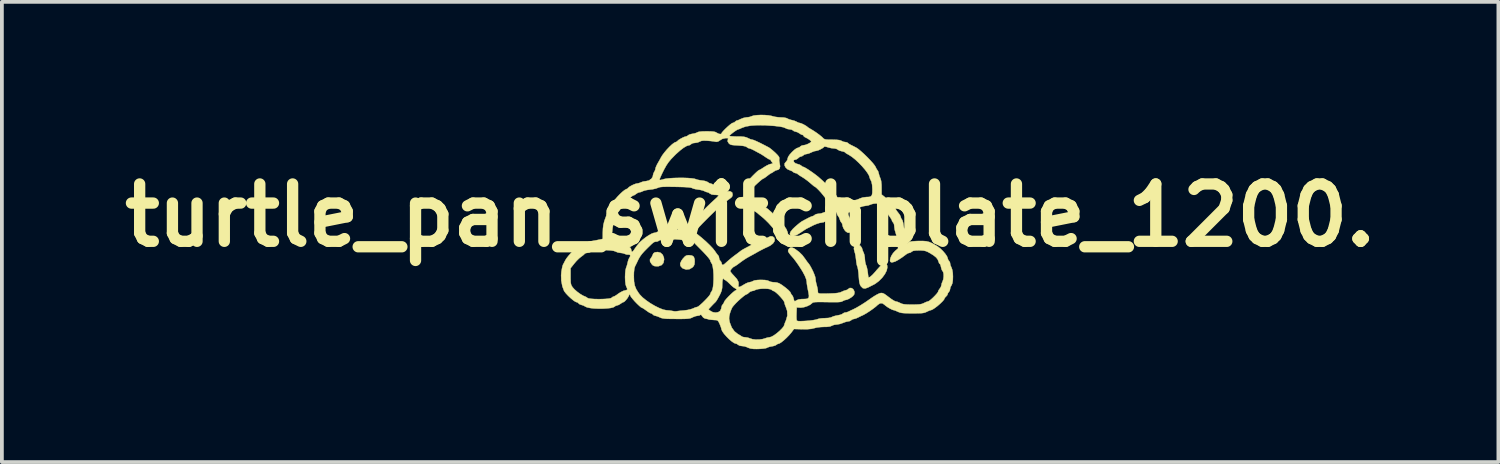
<source format=kicad_pcb>
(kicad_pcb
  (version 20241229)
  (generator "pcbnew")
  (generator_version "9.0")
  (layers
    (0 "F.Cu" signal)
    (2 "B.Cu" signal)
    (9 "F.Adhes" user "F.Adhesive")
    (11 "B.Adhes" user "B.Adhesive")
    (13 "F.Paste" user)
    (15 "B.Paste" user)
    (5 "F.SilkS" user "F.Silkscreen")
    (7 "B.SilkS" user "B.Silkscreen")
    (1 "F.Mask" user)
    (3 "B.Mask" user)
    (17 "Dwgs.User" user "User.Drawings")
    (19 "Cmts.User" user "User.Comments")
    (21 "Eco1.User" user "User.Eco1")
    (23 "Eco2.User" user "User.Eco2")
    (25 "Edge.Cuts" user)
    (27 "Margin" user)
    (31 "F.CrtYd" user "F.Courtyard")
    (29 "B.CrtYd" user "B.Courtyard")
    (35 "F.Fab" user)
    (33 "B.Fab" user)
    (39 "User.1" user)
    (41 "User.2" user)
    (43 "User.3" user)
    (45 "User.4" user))
  (footprint "turtle_pan_switchplate_1200."
    (layer "F.Cu")
    (at 16.88 2.672)
    (property "Reference" "turtle_pan_switchplate_1200." (at 0 0 0) (layer "F.SilkS") (effects (font (size 1.524 1.524) (thickness 0.3))))
    (attr through_hole)
    (fp_poly (pts (xy -1.544 1.068) (xy -1.498 1.1) (xy -1.476 1.162) (xy -1.473 1.228) (xy -1.479 1.3) (xy -1.502 1.349) (xy -1.534 1.384) (xy -1.611 1.429) (xy -1.699 1.439) (xy -1.783 1.412) (xy -1.807 1.395) (xy -1.852 1.342) (xy -1.859 1.28) (xy -1.827 1.206) (xy -1.787 1.15) (xy -1.739 1.097) (xy -1.7 1.069) (xy -1.655 1.059) (xy -1.62 1.058) (xy -1.544 1.068)) (stroke (width 0.01) (type solid)) (fill yes) (layer "F.SilkS"))
    (fp_poly (pts (xy -2.381 0.993) (xy -2.324 1.045) (xy -2.292 1.122) (xy -2.286 1.176) (xy -2.303 1.262) (xy -2.351 1.32) (xy -2.43 1.35) (xy -2.477 1.353) (xy -2.543 1.347) (xy -2.587 1.326) (xy -2.619 1.292) (xy -2.659 1.227) (xy -2.662 1.175) (xy -2.638 1.138) (xy -2.609 1.095) (xy -2.593 1.057) (xy -2.569 1.007) (xy -2.529 0.982) (xy -2.462 0.974) (xy -2.454 0.974) (xy -2.381 0.993)) (stroke (width 0.01) (type solid)) (fill yes) (layer "F.SilkS"))
    (fp_poly (pts (xy 2.143 -0.104) (xy 2.2 -0.094) (xy 2.23 -0.074) (xy 2.231 -0.072) (xy 2.247 0.011) (xy 2.228 0.075) (xy 2.175 0.115) (xy 2.102 0.128) (xy 2.042 0.139) (xy 2.001 0.159) (xy 1.949 0.183) (xy 1.902 0.191) (xy 1.847 0.2) (xy 1.77 0.225) (xy 1.685 0.26) (xy 1.609 0.299) (xy 1.564 0.322) (xy 1.528 0.339) (xy 1.487 0.361) (xy 1.424 0.401) (xy 1.353 0.449) (xy 1.345 0.455) (xy 1.25 0.514) (xy 1.167 0.547) (xy 1.104 0.552) (xy 1.072 0.536) (xy 1.055 0.493) (xy 1.074 0.436) (xy 1.132 0.364) (xy 1.191 0.307) (xy 1.258 0.249) (xy 1.319 0.199) (xy 1.362 0.168) (xy 1.369 0.163) (xy 1.47 0.108) (xy 1.557 0.063) (xy 1.622 0.033) (xy 1.659 0.021) (xy 1.661 0.021) (xy 1.696 0.006) (xy 1.714 -0.011) (xy 1.752 -0.032) (xy 1.81 -0.043) (xy 1.818 -0.043) (xy 1.886 -0.052) (xy 1.946 -0.073) (xy 1.947 -0.074) (xy 2.003 -0.094) (xy 2.073 -0.104) (xy 2.143 -0.104)) (stroke (width 0.01) (type solid)) (fill yes) (layer "F.SilkS"))
    (fp_poly (pts (xy 2.873 0.774) (xy 2.927 0.806) (xy 2.967 0.859) (xy 2.975 0.884) (xy 2.995 0.948) (xy 3.018 0.998) (xy 3.036 1.054) (xy 3.047 1.128) (xy 3.048 1.157) (xy 3.055 1.232) (xy 3.071 1.3) (xy 3.079 1.319) (xy 3.098 1.372) (xy 3.115 1.449) (xy 3.125 1.515) (xy 3.133 1.585) (xy 3.141 1.634) (xy 3.148 1.651) (xy 3.188 1.634) (xy 3.247 1.583) (xy 3.326 1.497) (xy 3.365 1.45) (xy 3.452 1.354) (xy 3.524 1.294) (xy 3.58 1.27) (xy 3.62 1.283) (xy 3.641 1.333) (xy 3.645 1.384) (xy 3.627 1.467) (xy 3.579 1.561) (xy 3.508 1.657) (xy 3.42 1.745) (xy 3.324 1.817) (xy 3.277 1.843) (xy 3.208 1.877) (xy 3.146 1.909) (xy 3.129 1.917) (xy 3.054 1.944) (xy 2.994 1.934) (xy 2.943 1.885) (xy 2.943 1.885) (xy 2.92 1.843) (xy 2.904 1.788) (xy 2.893 1.708) (xy 2.886 1.615) (xy 2.878 1.521) (xy 2.867 1.44) (xy 2.856 1.382) (xy 2.85 1.365) (xy 2.836 1.323) (xy 2.823 1.254) (xy 2.814 1.175) (xy 2.803 1.089) (xy 2.788 1.011) (xy 2.773 0.962) (xy 2.756 0.889) (xy 2.766 0.825) (xy 2.798 0.781) (xy 2.816 0.772) (xy 2.873 0.774)) (stroke (width 0.01) (type solid)) (fill yes) (layer "F.SilkS"))
    (fp_poly (pts (xy -0.135 -0.486) (xy -0.068 -0.477) (xy -0.025 -0.459) (xy -0.021 -0.455) (xy 0.012 -0.428) (xy 0.029 -0.423) (xy 0.07 -0.411) (xy 0.136 -0.38) (xy 0.22 -0.336) (xy 0.31 -0.282) (xy 0.37 -0.243) (xy 0.473 -0.167) (xy 0.584 -0.069) (xy 0.697 0.04) (xy 0.802 0.154) (xy 0.891 0.262) (xy 0.956 0.356) (xy 0.967 0.376) (xy 0.996 0.45) (xy 1.012 0.535) (xy 1.017 0.617) (xy 1.007 0.684) (xy 0.991 0.715) (xy 0.94 0.74) (xy 0.881 0.728) (xy 0.822 0.681) (xy 0.817 0.676) (xy 0.781 0.622) (xy 0.762 0.573) (xy 0.761 0.565) (xy 0.747 0.517) (xy 0.715 0.465) (xy 0.714 0.464) (xy 0.677 0.421) (xy 0.624 0.358) (xy 0.565 0.288) (xy 0.554 0.276) (xy 0.481 0.195) (xy 0.397 0.113) (xy 0.322 0.046) (xy 0.261 -0.003) (xy 0.215 -0.042) (xy 0.191 -0.063) (xy 0.191 -0.064) (xy 0.168 -0.08) (xy 0.12 -0.11) (xy 0.074 -0.137) (xy 0.015 -0.172) (xy -0.028 -0.201) (xy -0.043 -0.213) (xy -0.069 -0.23) (xy -0.113 -0.245) (xy -0.188 -0.27) (xy -0.26 -0.306) (xy -0.319 -0.346) (xy -0.353 -0.382) (xy -0.357 -0.392) (xy -0.347 -0.435) (xy -0.326 -0.459) (xy -0.279 -0.477) (xy -0.21 -0.486) (xy -0.135 -0.486)) (stroke (width 0.01) (type solid)) (fill yes) (layer "F.SilkS"))
    (fp_poly (pts (xy 0.387 -2.665) (xy 0.487 -2.657) (xy 0.569 -2.642) (xy 0.593 -2.635) (xy 0.666 -2.617) (xy 0.756 -2.606) (xy 0.813 -2.603) (xy 0.895 -2.599) (xy 0.96 -2.586) (xy 0.985 -2.575) (xy 1.033 -2.552) (xy 1.098 -2.533) (xy 1.11 -2.531) (xy 1.176 -2.513) (xy 1.23 -2.49) (xy 1.237 -2.485) (xy 1.285 -2.462) (xy 1.316 -2.455) (xy 1.354 -2.445) (xy 1.41 -2.42) (xy 1.469 -2.388) (xy 1.513 -2.359) (xy 1.524 -2.348) (xy 1.549 -2.329) (xy 1.589 -2.305) (xy 1.668 -2.258) (xy 1.755 -2.201) (xy 1.837 -2.141) (xy 1.901 -2.089) (xy 1.925 -2.066) (xy 1.951 -2.04) (xy 1.979 -2.024) (xy 2.02 -2.015) (xy 2.082 -2.012) (xy 2.177 -2.011) (xy 2.18 -2.011) (xy 2.292 -2.008) (xy 2.368 -2) (xy 2.415 -1.986) (xy 2.425 -1.98) (xy 2.478 -1.955) (xy 2.523 -1.948) (xy 2.57 -1.94) (xy 2.593 -1.926) (xy 2.62 -1.903) (xy 2.668 -1.875) (xy 2.674 -1.872) (xy 2.739 -1.84) (xy 2.811 -1.803) (xy 2.819 -1.799) (xy 2.874 -1.762) (xy 2.946 -1.702) (xy 3.029 -1.627) (xy 3.114 -1.544) (xy 3.195 -1.46) (xy 3.264 -1.383) (xy 3.313 -1.32) (xy 3.333 -1.286) (xy 3.358 -1.234) (xy 3.38 -1.201) (xy 3.384 -1.198) (xy 3.4 -1.171) (xy 3.415 -1.12) (xy 3.417 -1.112) (xy 3.436 -1.042) (xy 3.461 -0.98) (xy 3.48 -0.915) (xy 3.491 -0.814) (xy 3.492 -0.738) (xy 3.493 -0.555) (xy 3.593 -0.475) (xy 3.657 -0.421) (xy 3.714 -0.368) (xy 3.741 -0.34) (xy 3.783 -0.292) (xy 3.817 -0.254) (xy 3.849 -0.206) (xy 3.86 -0.18) (xy 3.883 -0.138) (xy 3.922 -0.084) (xy 3.937 -0.066) (xy 3.976 -0.014) (xy 3.998 0.031) (xy 4 0.043) (xy 4.016 0.088) (xy 4.029 0.103) (xy 4.048 0.137) (xy 4.065 0.197) (xy 4.072 0.241) (xy 4.086 0.325) (xy 4.108 0.406) (xy 4.119 0.436) (xy 4.142 0.524) (xy 4.141 0.627) (xy 4.14 0.629) (xy 4.134 0.694) (xy 4.137 0.728) (xy 4.153 0.74) (xy 4.168 0.741) (xy 4.206 0.729) (xy 4.217 0.714) (xy 4.239 0.701) (xy 4.295 0.691) (xy 4.389 0.684) (xy 4.461 0.681) (xy 4.582 0.68) (xy 4.677 0.687) (xy 4.759 0.707) (xy 4.842 0.743) (xy 4.938 0.799) (xy 4.987 0.829) (xy 5.054 0.882) (xy 5.122 0.948) (xy 5.183 1.019) (xy 5.228 1.085) (xy 5.249 1.137) (xy 5.249 1.145) (xy 5.265 1.188) (xy 5.281 1.206) (xy 5.308 1.248) (xy 5.313 1.278) (xy 5.323 1.328) (xy 5.348 1.385) (xy 5.349 1.386) (xy 5.37 1.447) (xy 5.384 1.531) (xy 5.388 1.626) (xy 5.385 1.72) (xy 5.374 1.799) (xy 5.354 1.851) (xy 5.35 1.857) (xy 5.321 1.91) (xy 5.313 1.952) (xy 5.301 2.003) (xy 5.281 2.032) (xy 5.254 2.068) (xy 5.249 2.088) (xy 5.234 2.123) (xy 5.207 2.153) (xy 5.175 2.186) (xy 5.165 2.207) (xy 5.149 2.24) (xy 5.106 2.29) (xy 5.046 2.348) (xy 4.977 2.408) (xy 4.907 2.461) (xy 4.847 2.5) (xy 4.803 2.518) (xy 4.798 2.519) (xy 4.765 2.528) (xy 4.712 2.552) (xy 4.693 2.561) (xy 4.656 2.578) (xy 4.615 2.59) (xy 4.56 2.598) (xy 4.484 2.601) (xy 4.378 2.603) (xy 4.313 2.603) (xy 4.187 2.602) (xy 4.095 2.598) (xy 4.028 2.592) (xy 3.978 2.581) (xy 3.936 2.565) (xy 3.926 2.561) (xy 3.871 2.536) (xy 3.83 2.521) (xy 3.822 2.52) (xy 3.778 2.507) (xy 3.716 2.477) (xy 3.65 2.437) (xy 3.594 2.397) (xy 3.577 2.381) (xy 3.516 2.337) (xy 3.454 2.335) (xy 3.392 2.376) (xy 3.386 2.382) (xy 3.337 2.426) (xy 3.264 2.482) (xy 3.179 2.542) (xy 3.094 2.597) (xy 3.021 2.639) (xy 2.985 2.657) (xy 2.946 2.674) (xy 2.89 2.702) (xy 2.874 2.71) (xy 2.815 2.737) (xy 2.765 2.751) (xy 2.755 2.752) (xy 2.708 2.767) (xy 2.688 2.783) (xy 2.648 2.808) (xy 2.606 2.816) (xy 2.552 2.826) (xy 2.485 2.849) (xy 2.466 2.857) (xy 2.39 2.884) (xy 2.311 2.899) (xy 2.297 2.9) (xy 2.231 2.908) (xy 2.178 2.928) (xy 2.171 2.932) (xy 2.121 2.952) (xy 2.034 2.962) (xy 1.965 2.963) (xy 1.862 2.968) (xy 1.765 2.981) (xy 1.702 2.997) (xy 1.625 3.015) (xy 1.526 3.024) (xy 1.394 3.025) (xy 1.385 3.025) (xy 1.165 3.019) (xy 1.092 3.116) (xy 1.034 3.184) (xy 0.966 3.254) (xy 0.895 3.319) (xy 0.831 3.37) (xy 0.781 3.402) (xy 0.76 3.408) (xy 0.716 3.423) (xy 0.701 3.437) (xy 0.666 3.457) (xy 0.608 3.474) (xy 0.579 3.479) (xy 0.513 3.492) (xy 0.462 3.51) (xy 0.45 3.518) (xy 0.414 3.53) (xy 0.348 3.54) (xy 0.264 3.547) (xy 0.173 3.55) (xy 0.089 3.548) (xy 0.024 3.54) (xy 0.011 3.538) (xy -0.052 3.517) (xy -0.099 3.496) (xy -0.153 3.479) (xy -0.218 3.471) (xy -0.218 3.471) (xy -0.276 3.463) (xy -0.316 3.441) (xy -0.318 3.44) (xy -0.357 3.413) (xy -0.379 3.408) (xy -0.425 3.392) (xy -0.487 3.35) (xy -0.558 3.29) (xy -0.628 3.22) (xy -0.691 3.148) (xy -0.738 3.082) (xy -0.761 3.032) (xy -0.762 3.022) (xy -0.77 2.989) (xy -0.791 2.932) (xy -0.808 2.889) (xy -0.837 2.828) (xy -0.863 2.796) (xy -0.897 2.783) (xy -0.941 2.781) (xy -1.015 2.775) (xy -1.083 2.765) (xy -1.09 2.764) (xy -1.147 2.751) (xy -0.559 2.751) (xy -0.547 2.82) (xy -0.539 2.852) (xy -0.49 2.979) (xy -0.416 3.082) (xy -0.325 3.154) (xy -0.318 3.158) (xy -0.265 3.188) (xy -0.228 3.213) (xy -0.226 3.216) (xy -0.191 3.231) (xy -0.135 3.239) (xy -0.128 3.239) (xy -0.06 3.249) (xy -0.001 3.27) (xy 0 3.27) (xy 0.062 3.29) (xy 0.15 3.3) (xy 0.246 3.298) (xy 0.336 3.286) (xy 0.388 3.27) (xy 0.454 3.249) (xy 0.513 3.239) (xy 0.519 3.239) (xy 0.568 3.224) (xy 0.635 3.186) (xy 0.709 3.132) (xy 0.782 3.07) (xy 0.846 3.006) (xy 0.892 2.949) (xy 0.91 2.905) (xy 0.91 2.903) (xy 0.918 2.873) (xy 0.939 2.821) (xy 0.952 2.791) (xy 0.989 2.664) (xy 0.984 2.538) (xy 0.953 2.445) (xy 0.927 2.381) (xy 0.912 2.326) (xy 0.911 2.313) (xy 0.896 2.279) (xy 0.858 2.227) (xy 0.805 2.165) (xy 0.747 2.104) (xy 0.69 2.052) (xy 0.645 2.019) (xy 0.625 2.011) (xy 0.59 1.996) (xy 0.572 1.979) (xy 0.536 1.962) (xy 0.47 1.951) (xy 0.388 1.947) (xy 0.3 1.949) (xy 0.221 1.958) (xy 0.16 1.973) (xy 0.148 1.979) (xy 0.093 2.002) (xy 0.051 2.01) (xy 0.003 2.026) (xy -0.032 2.053) (xy -0.067 2.085) (xy -0.09 2.095) (xy -0.122 2.11) (xy -0.175 2.148) (xy -0.24 2.202) (xy -0.311 2.266) (xy -0.379 2.333) (xy -0.435 2.394) (xy -0.473 2.441) (xy -0.5 2.497) (xy -0.528 2.572) (xy -0.541 2.616) (xy -0.557 2.69) (xy -0.559 2.751) (xy -1.147 2.751) (xy -1.153 2.75) (xy -1.201 2.74) (xy -1.245 2.715) (xy -1.277 2.674) (xy -1.303 2.639) (xy -1.321 2.643) (xy -1.351 2.661) (xy -1.393 2.667) (xy -1.449 2.677) (xy -1.515 2.702) (xy -1.53 2.709) (xy -1.563 2.725) (xy -1.601 2.737) (xy -1.65 2.744) (xy -1.718 2.749) (xy -1.813 2.751) (xy -1.941 2.751) (xy -1.963 2.751) (xy -2.099 2.75) (xy -2.2 2.748) (xy -2.273 2.743) (xy -2.327 2.735) (xy -2.369 2.724) (xy -2.402 2.709) (xy -2.462 2.684) (xy -2.511 2.669) (xy -2.522 2.668) (xy -2.564 2.652) (xy -2.582 2.635) (xy -2.617 2.608) (xy -2.635 2.603) (xy -2.665 2.591) (xy -2.715 2.56) (xy -2.758 2.529) (xy -2.814 2.489) (xy -2.857 2.462) (xy -2.875 2.455) (xy -2.902 2.44) (xy -2.948 2.401) (xy -3.005 2.347) (xy -3.065 2.285) (xy -3.119 2.223) (xy -3.16 2.172) (xy -3.179 2.141) (xy -3.201 2.085) (xy -3.226 2.142) (xy -3.256 2.194) (xy -3.297 2.247) (xy -3.338 2.289) (xy -3.37 2.307) (xy -3.371 2.307) (xy -3.4 2.319) (xy -3.443 2.348) (xy -3.444 2.349) (xy -3.493 2.379) (xy -3.535 2.392) (xy -3.58 2.407) (xy -3.596 2.421) (xy -3.637 2.444) (xy -3.71 2.461) (xy -3.808 2.472) (xy -3.92 2.478) (xy -4.038 2.478) (xy -4.152 2.473) (xy -4.253 2.461) (xy -4.333 2.444) (xy -4.382 2.422) (xy -4.383 2.421) (xy -4.427 2.396) (xy -4.482 2.379) (xy -4.532 2.361) (xy -4.559 2.337) (xy -4.559 2.337) (xy -4.587 2.312) (xy -4.61 2.307) (xy -4.647 2.292) (xy -4.702 2.254) (xy -4.768 2.199) (xy -4.834 2.137) (xy -4.893 2.074) (xy -4.935 2.02) (xy -4.944 2.005) (xy -4.989 1.885) (xy -5.016 1.742) (xy -5.021 1.617) (xy -4.771 1.617) (xy -4.771 1.718) (xy -4.767 1.786) (xy -4.758 1.835) (xy -4.741 1.874) (xy -4.72 1.907) (xy -4.667 1.967) (xy -4.592 2.032) (xy -4.509 2.092) (xy -4.432 2.137) (xy -4.401 2.149) (xy -4.349 2.173) (xy -4.323 2.194) (xy -4.288 2.207) (xy -4.222 2.217) (xy -4.133 2.223) (xy -4.033 2.225) (xy -3.929 2.224) (xy -3.832 2.219) (xy -3.752 2.211) (xy -3.699 2.2) (xy -3.683 2.191) (xy -3.649 2.164) (xy -3.631 2.159) (xy -3.601 2.147) (xy -3.55 2.116) (xy -3.506 2.083) (xy -3.437 2.039) (xy -3.369 2.006) (xy -3.333 1.996) (xy -3.282 1.984) (xy -3.263 1.965) (xy -3.274 1.927) (xy -3.291 1.892) (xy -3.309 1.834) (xy -3.319 1.747) (xy -3.323 1.646) (xy -3.322 1.62) (xy -3.09 1.62) (xy -3.085 1.757) (xy -3.065 1.867) (xy -3.026 1.964) (xy -2.963 2.063) (xy -2.929 2.107) (xy -2.859 2.18) (xy -2.763 2.257) (xy -2.652 2.334) (xy -2.533 2.404) (xy -2.416 2.462) (xy -2.312 2.503) (xy -2.227 2.521) (xy -2.219 2.521) (xy -2.144 2.527) (xy -2.076 2.538) (xy -2.064 2.54) (xy -2.004 2.55) (xy -1.958 2.548) (xy -1.917 2.542) (xy -1.847 2.534) (xy -1.764 2.526) (xy -1.757 2.526) (xy -1.665 2.514) (xy -1.584 2.496) (xy -1.108 2.496) (xy -1.056 2.538) (xy -0.992 2.572) (xy -0.918 2.583) (xy -0.848 2.572) (xy -0.798 2.539) (xy -0.795 2.535) (xy -0.77 2.482) (xy -0.762 2.443) (xy -0.749 2.394) (xy -0.732 2.372) (xy -0.703 2.333) (xy -0.69 2.299) (xy -0.671 2.266) (xy -0.63 2.216) (xy -0.574 2.156) (xy -0.513 2.096) (xy -0.454 2.042) (xy -0.407 2.004) (xy -0.379 1.99) (xy -0.36 1.979) (xy -0.368 1.957) (xy -0.399 1.938) (xy -0.4 1.937) (xy -0.435 1.916) (xy -0.487 1.873) (xy -0.543 1.819) (xy -0.597 1.767) (xy -0.644 1.729) (xy -0.671 1.715) (xy -0.672 1.714) (xy -0.696 1.701) (xy -0.699 1.692) (xy -0.711 1.679) (xy -0.72 1.683) (xy -0.73 1.709) (xy -0.738 1.766) (xy -0.741 1.84) (xy -0.741 1.841) (xy -0.744 1.926) (xy -0.756 1.994) (xy -0.783 2.065) (xy -0.816 2.131) (xy -0.855 2.203) (xy -0.89 2.262) (xy -0.914 2.295) (xy -0.916 2.298) (xy -0.944 2.325) (xy -0.99 2.371) (xy -1.025 2.408) (xy -1.108 2.496) (xy -1.584 2.496) (xy -1.579 2.495) (xy -1.52 2.474) (xy -1.462 2.448) (xy -1.415 2.435) (xy -1.407 2.434) (xy -1.378 2.42) (xy -1.329 2.381) (xy -1.268 2.326) (xy -1.203 2.262) (xy -1.142 2.199) (xy -1.093 2.142) (xy -1.063 2.101) (xy -1.058 2.087) (xy -1.044 2.048) (xy -1.025 2.023) (xy -1.003 1.978) (xy -0.986 1.901) (xy -0.976 1.802) (xy -0.971 1.689) (xy -0.972 1.572) (xy -0.979 1.462) (xy -0.992 1.368) (xy -1.01 1.298) (xy -1.026 1.271) (xy -1.052 1.226) (xy -1.058 1.198) (xy -1.073 1.171) (xy -1.112 1.12) (xy -1.171 1.052) (xy -1.245 0.973) (xy -1.287 0.93) (xy -1.516 0.699) (xy -1.622 0.699) (xy -1.696 0.692) (xy -1.754 0.676) (xy -1.769 0.667) (xy -1.808 0.653) (xy -1.879 0.643) (xy -1.97 0.636) (xy -2.073 0.633) (xy -2.177 0.634) (xy -2.273 0.638) (xy -2.351 0.647) (xy -2.401 0.659) (xy -2.413 0.667) (xy -2.454 0.691) (xy -2.493 0.699) (xy -2.522 0.7) (xy -2.548 0.709) (xy -2.579 0.729) (xy -2.623 0.767) (xy -2.686 0.828) (xy -2.72 0.861) (xy -2.81 0.952) (xy -2.876 1.026) (xy -2.924 1.092) (xy -2.963 1.159) (xy -2.981 1.196) (xy -3.015 1.268) (xy -3.047 1.332) (xy -3.06 1.358) (xy -3.078 1.418) (xy -3.088 1.518) (xy -3.09 1.62) (xy -3.322 1.62) (xy -3.32 1.544) (xy -3.311 1.454) (xy -3.295 1.391) (xy -3.271 1.323) (xy -3.252 1.246) (xy -3.251 1.238) (xy -3.233 1.175) (xy -3.208 1.125) (xy -3.203 1.118) (xy -3.183 1.077) (xy -3.196 1.048) (xy -3.234 1.042) (xy -3.238 1.043) (xy -3.283 1.041) (xy -3.325 1.025) (xy -3.383 1.005) (xy -3.45 0.996) (xy -3.451 0.996) (xy -3.517 0.985) (xy -3.573 0.962) (xy -3.574 0.961) (xy -3.621 0.944) (xy -3.699 0.932) (xy -3.798 0.925) (xy -3.906 0.922) (xy -4.013 0.925) (xy -4.108 0.933) (xy -4.18 0.946) (xy -4.213 0.959) (xy -4.272 0.986) (xy -4.322 0.995) (xy -4.37 1.004) (xy -4.396 1.021) (xy -4.424 1.049) (xy -4.472 1.086) (xy -4.493 1.101) (xy -4.547 1.145) (xy -4.612 1.209) (xy -4.672 1.279) (xy -4.771 1.404) (xy -4.771 1.617) (xy -5.021 1.617) (xy -5.022 1.593) (xy -5.014 1.495) (xy -5 1.416) (xy -4.986 1.35) (xy -4.973 1.313) (xy -4.973 1.312) (xy -4.953 1.275) (xy -4.923 1.217) (xy -4.91 1.192) (xy -4.878 1.141) (xy -4.828 1.077) (xy -4.766 1.007) (xy -4.701 0.94) (xy -4.641 0.881) (xy -4.591 0.841) (xy -4.561 0.826) (xy -4.527 0.811) (xy -4.509 0.794) (xy -4.469 0.77) (xy -4.424 0.762) (xy -4.371 0.751) (xy -4.34 0.731) (xy -4.302 0.707) (xy -4.245 0.689) (xy -4.236 0.688) (xy -4.171 0.676) (xy -4.087 0.661) (xy -4.038 0.651) (xy -3.916 0.626) (xy -3.916 0.626) (xy -3.676 0.626) (xy -3.672 0.659) (xy -3.661 0.674) (xy -3.643 0.677) (xy -3.634 0.677) (xy -3.586 0.687) (xy -3.524 0.712) (xy -3.508 0.72) (xy -3.451 0.746) (xy -3.404 0.761) (xy -3.395 0.762) (xy -3.354 0.771) (xy -3.3 0.794) (xy -3.295 0.797) (xy -3.24 0.825) (xy -3.198 0.846) (xy -3.196 0.847) (xy -3.17 0.877) (xy -3.158 0.918) (xy -3.148 0.96) (xy -3.131 0.969) (xy -3.103 0.942) (xy -3.061 0.88) (xy -3.007 0.805) (xy -2.945 0.73) (xy -2.924 0.708) (xy -2.856 0.647) (xy -2.777 0.585) (xy -2.696 0.531) (xy -2.623 0.489) (xy -2.568 0.468) (xy -2.554 0.466) (xy -2.499 0.454) (xy -2.465 0.437) (xy -2.432 0.424) (xy -2.367 0.413) (xy -2.268 0.404) (xy -2.132 0.396) (xy -2.032 0.392) (xy -1.894 0.386) (xy -1.791 0.38) (xy -1.719 0.374) (xy -1.671 0.367) (xy -1.64 0.358) (xy -1.621 0.345) (xy -1.609 0.331) (xy -1.58 0.283) (xy -1.566 0.252) (xy -1.543 0.21) (xy -1.494 0.146) (xy -1.424 0.063) (xy -1.338 -0.031) (xy -1.242 -0.133) (xy -1.14 -0.235) (xy -1.038 -0.333) (xy -0.941 -0.422) (xy -0.924 -0.437) (xy -0.874 -0.483) (xy -0.844 -0.519) (xy -0.84 -0.535) (xy -0.87 -0.541) (xy -0.926 -0.545) (xy -0.946 -0.545) (xy -1.02 -0.554) (xy -1.069 -0.579) (xy -1.109 -0.607) (xy -1.135 -0.614) (xy -1.176 -0.625) (xy -1.213 -0.643) (xy -1.259 -0.661) (xy -1.33 -0.678) (xy -1.385 -0.686) (xy -1.458 -0.698) (xy -1.517 -0.713) (xy -1.542 -0.726) (xy -1.573 -0.736) (xy -1.641 -0.745) (xy -1.746 -0.752) (xy -1.89 -0.756) (xy -1.98 -0.758) (xy -2.127 -0.76) (xy -2.238 -0.76) (xy -2.319 -0.758) (xy -2.377 -0.753) (xy -2.418 -0.745) (xy -2.449 -0.733) (xy -2.454 -0.731) (xy -2.51 -0.711) (xy -2.59 -0.694) (xy -2.662 -0.685) (xy -2.743 -0.674) (xy -2.812 -0.658) (xy -2.851 -0.643) (xy -2.903 -0.62) (xy -2.938 -0.614) (xy -2.982 -0.601) (xy -3.027 -0.572) (xy -3.07 -0.541) (xy -3.103 -0.529) (xy -3.132 -0.514) (xy -3.181 -0.474) (xy -3.242 -0.418) (xy -3.307 -0.352) (xy -3.368 -0.285) (xy -3.418 -0.224) (xy -3.449 -0.178) (xy -3.454 -0.167) (xy -3.474 -0.124) (xy -3.493 -0.106) (xy -3.493 -0.106) (xy -3.509 -0.088) (xy -3.524 -0.044) (xy -3.524 -0.044) (xy -3.544 0.01) (xy -3.568 0.043) (xy -3.591 0.083) (xy -3.598 0.125) (xy -3.609 0.185) (xy -3.627 0.223) (xy -3.641 0.263) (xy -3.655 0.335) (xy -3.665 0.428) (xy -3.669 0.471) (xy -3.674 0.565) (xy -3.676 0.626) (xy -3.916 0.626) (xy -3.915 0.467) (xy -3.911 0.354) (xy -3.899 0.252) (xy -3.874 0.152) (xy -3.834 0.04) (xy -3.777 -0.092) (xy -3.75 -0.148) (xy -3.701 -0.243) (xy -3.642 -0.342) (xy -3.587 -0.423) (xy -3.586 -0.424) (xy -3.528 -0.493) (xy -3.462 -0.562) (xy -3.396 -0.624) (xy -3.337 -0.671) (xy -3.294 -0.696) (xy -3.284 -0.699) (xy -3.254 -0.714) (xy -3.245 -0.726) (xy -3.212 -0.756) (xy -3.154 -0.791) (xy -3.086 -0.823) (xy -3.026 -0.844) (xy -3 -0.847) (xy -2.946 -0.859) (xy -2.9 -0.878) (xy -2.842 -0.899) (xy -2.773 -0.909) (xy -2.767 -0.909) (xy -2.69 -0.926) (xy -2.668 -0.941) (xy -2.408 -0.941) (xy -2.408 -0.941) (xy -2.383 -0.94) (xy -2.332 -0.951) (xy -2.298 -0.962) (xy -2.233 -0.976) (xy -2.139 -0.986) (xy -2.024 -0.993) (xy -1.898 -0.996) (xy -1.771 -0.996) (xy -1.653 -0.992) (xy -1.552 -0.984) (xy -1.479 -0.973) (xy -1.453 -0.965) (xy -1.392 -0.945) (xy -1.312 -0.93) (xy -1.275 -0.926) (xy -1.203 -0.914) (xy -1.144 -0.894) (xy -1.125 -0.882) (xy -1.08 -0.854) (xy -1.049 -0.847) (xy -1.004 -0.83) (xy -0.949 -0.788) (xy -0.894 -0.731) (xy -0.849 -0.672) (xy -0.827 -0.62) (xy -0.826 -0.61) (xy -0.817 -0.562) (xy -0.793 -0.554) (xy -0.756 -0.58) (xy -0.701 -0.614) (xy -0.626 -0.636) (xy -0.553 -0.641) (xy -0.517 -0.634) (xy -0.477 -0.606) (xy -0.466 -0.553) (xy -0.466 -0.553) (xy -0.471 -0.515) (xy -0.494 -0.481) (xy -0.541 -0.443) (xy -0.587 -0.41) (xy -0.68 -0.342) (xy -0.796 -0.243) (xy -0.934 -0.116) (xy -1.091 0.037) (xy -1.265 0.212) (xy -1.339 0.29) (xy -1.483 0.44) (xy -1.418 0.49) (xy -1.294 0.589) (xy -1.176 0.692) (xy -1.073 0.791) (xy -0.99 0.879) (xy -0.941 0.942) (xy -0.898 1.004) (xy -0.863 1.05) (xy -0.845 1.07) (xy -0.83 1.098) (xy -0.826 1.131) (xy -0.813 1.181) (xy -0.794 1.206) (xy -0.767 1.24) (xy -0.762 1.257) (xy -0.751 1.295) (xy -0.743 1.309) (xy -0.725 1.318) (xy -0.693 1.302) (xy -0.641 1.257) (xy -0.633 1.249) (xy -0.565 1.189) (xy -0.482 1.12) (xy -0.413 1.067) (xy -0.346 1.018) (xy -0.29 0.975) (xy -0.255 0.948) (xy -0.254 0.947) (xy -0.219 0.923) (xy -0.159 0.888) (xy -0.106 0.86) (xy -0.031 0.821) (xy 0.039 0.782) (xy 0.074 0.761) (xy 0.134 0.726) (xy 0.19 0.699) (xy 0.191 0.699) (xy 0.249 0.673) (xy 0.303 0.646) (xy 0.357 0.623) (xy 0.399 0.614) (xy 0.443 0.602) (xy 0.482 0.581) (xy 0.546 0.554) (xy 0.602 0.562) (xy 0.641 0.596) (xy 0.653 0.652) (xy 0.645 0.69) (xy 0.606 0.747) (xy 0.537 0.801) (xy 0.466 0.838) (xy 0.411 0.862) (xy 0.336 0.899) (xy 0.255 0.941) (xy 0.186 0.979) (xy 0.159 0.995) (xy 0.104 1.026) (xy 0.031 1.066) (xy -0.021 1.094) (xy -0.099 1.138) (xy -0.189 1.197) (xy -0.267 1.254) (xy -0.331 1.302) (xy -0.382 1.337) (xy -0.41 1.354) (xy -0.413 1.355) (xy -0.442 1.37) (xy -0.481 1.406) (xy -0.514 1.447) (xy -0.529 1.478) (xy -0.515 1.507) (xy -0.478 1.553) (xy -0.434 1.6) (xy -0.351 1.693) (xy -0.309 1.774) (xy -0.307 1.842) (xy -0.308 1.844) (xy -0.314 1.889) (xy -0.294 1.903) (xy -0.246 1.887) (xy -0.185 1.851) (xy -0.118 1.812) (xy -0.056 1.785) (xy -0.022 1.777) (xy 0.037 1.764) (xy 0.073 1.746) (xy 0.12 1.727) (xy 0.201 1.717) (xy 0.286 1.714) (xy 0.395 1.718) (xy 0.467 1.731) (xy 0.499 1.746) (xy 0.544 1.765) (xy 0.611 1.776) (xy 0.641 1.777) (xy 0.71 1.784) (xy 0.773 1.806) (xy 0.847 1.851) (xy 0.852 1.855) (xy 0.946 1.925) (xy 1.019 1.987) (xy 1.065 2.037) (xy 1.079 2.066) (xy 1.094 2.099) (xy 1.111 2.116) (xy 1.136 2.154) (xy 1.155 2.211) (xy 1.155 2.214) (xy 1.169 2.267) (xy 1.188 2.282) (xy 1.222 2.265) (xy 1.237 2.254) (xy 1.29 2.233) (xy 1.376 2.223) (xy 1.412 2.223) (xy 1.488 2.22) (xy 1.535 2.208) (xy 1.559 2.18) (xy 1.562 2.128) (xy 1.549 2.046) (xy 1.538 1.992) (xy 1.521 1.905) (xy 1.508 1.824) (xy 1.503 1.767) (xy 1.503 1.763) (xy 1.49 1.697) (xy 1.454 1.606) (xy 1.398 1.5) (xy 1.359 1.436) (xy 1.284 1.321) (xy 1.213 1.221) (xy 1.154 1.143) (xy 1.117 1.101) (xy 1.069 1.046) (xy 1.03 0.994) (xy 1.008 0.952) (xy 1.012 0.92) (xy 1.028 0.893) (xy 1.063 0.857) (xy 1.104 0.851) (xy 1.16 0.873) (xy 1.202 0.899) (xy 1.304 0.975) (xy 1.387 1.057) (xy 1.466 1.162) (xy 1.482 1.186) (xy 1.518 1.237) (xy 1.545 1.269) (xy 1.583 1.321) (xy 1.625 1.396) (xy 1.668 1.481) (xy 1.704 1.566) (xy 1.729 1.637) (xy 1.736 1.677) (xy 1.742 1.74) (xy 1.758 1.817) (xy 1.768 1.85) (xy 1.786 1.924) (xy 1.798 1.991) (xy 1.799 2.014) (xy 1.8 2.04) (xy 1.806 2.059) (xy 1.824 2.071) (xy 1.86 2.077) (xy 1.919 2.079) (xy 2.01 2.078) (xy 2.127 2.075) (xy 2.245 2.07) (xy 2.33 2.061) (xy 2.391 2.047) (xy 2.434 2.029) (xy 2.49 2.004) (xy 2.536 1.99) (xy 2.542 1.99) (xy 2.585 1.974) (xy 2.603 1.958) (xy 2.649 1.928) (xy 2.699 1.933) (xy 2.742 1.965) (xy 2.769 2.02) (xy 2.773 2.055) (xy 2.764 2.101) (xy 2.731 2.143) (xy 2.685 2.18) (xy 2.625 2.217) (xy 2.572 2.24) (xy 2.552 2.244) (xy 2.501 2.256) (xy 2.459 2.278) (xy 2.435 2.29) (xy 2.401 2.299) (xy 2.349 2.304) (xy 2.275 2.306) (xy 2.17 2.306) (xy 2.042 2.304) (xy 1.907 2.302) (xy 1.808 2.302) (xy 1.739 2.304) (xy 1.693 2.309) (xy 1.666 2.317) (xy 1.649 2.329) (xy 1.647 2.332) (xy 1.595 2.374) (xy 1.517 2.412) (xy 1.429 2.44) (xy 1.347 2.452) (xy 1.327 2.451) (xy 1.238 2.445) (xy 1.232 2.602) (xy 1.23 2.682) (xy 1.232 2.748) (xy 1.237 2.787) (xy 1.237 2.789) (xy 1.249 2.802) (xy 1.278 2.809) (xy 1.329 2.811) (xy 1.411 2.808) (xy 1.487 2.804) (xy 1.589 2.795) (xy 1.681 2.783) (xy 1.75 2.77) (xy 1.782 2.76) (xy 1.834 2.744) (xy 1.911 2.734) (xy 1.984 2.731) (xy 2.077 2.726) (xy 2.146 2.712) (xy 2.17 2.701) (xy 2.215 2.682) (xy 2.283 2.664) (xy 2.322 2.657) (xy 2.39 2.643) (xy 2.441 2.624) (xy 2.457 2.612) (xy 2.498 2.587) (xy 2.523 2.582) (xy 2.573 2.573) (xy 2.621 2.553) (xy 2.683 2.522) (xy 2.731 2.501) (xy 2.82 2.456) (xy 2.933 2.39) (xy 3.06 2.309) (xy 3.191 2.218) (xy 3.203 2.209) (xy 3.286 2.153) (xy 3.365 2.106) (xy 3.429 2.075) (xy 3.456 2.066) (xy 3.495 2.062) (xy 3.53 2.069) (xy 3.573 2.091) (xy 3.633 2.134) (xy 3.679 2.169) (xy 3.75 2.222) (xy 3.812 2.262) (xy 3.856 2.284) (xy 3.867 2.286) (xy 3.91 2.296) (xy 3.968 2.32) (xy 3.985 2.328) (xy 4.028 2.348) (xy 4.078 2.36) (xy 4.145 2.367) (xy 4.239 2.37) (xy 4.302 2.371) (xy 4.414 2.369) (xy 4.494 2.365) (xy 4.552 2.355) (xy 4.597 2.339) (xy 4.62 2.328) (xy 4.676 2.302) (xy 4.721 2.287) (xy 4.729 2.286) (xy 4.759 2.271) (xy 4.806 2.234) (xy 4.863 2.182) (xy 4.919 2.125) (xy 4.965 2.073) (xy 4.992 2.034) (xy 4.995 2.023) (xy 5.008 1.989) (xy 5.038 1.947) (xy 5.069 1.898) (xy 5.081 1.854) (xy 5.092 1.802) (xy 5.112 1.757) (xy 5.132 1.699) (xy 5.141 1.627) (xy 5.14 1.556) (xy 5.127 1.501) (xy 5.114 1.484) (xy 5.092 1.448) (xy 5.075 1.391) (xy 5.072 1.375) (xy 5.059 1.323) (xy 5.044 1.293) (xy 5.039 1.291) (xy 5.021 1.273) (xy 5.007 1.233) (xy 4.984 1.173) (xy 4.943 1.119) (xy 4.875 1.064) (xy 4.788 1.009) (xy 4.715 0.969) (xy 4.657 0.946) (xy 4.597 0.935) (xy 4.518 0.931) (xy 4.489 0.931) (xy 4.394 0.934) (xy 4.333 0.943) (xy 4.3 0.96) (xy 4.297 0.963) (xy 4.257 0.99) (xy 4.235 0.995) (xy 4.191 1.007) (xy 4.158 1.027) (xy 4.033 1.119) (xy 3.933 1.184) (xy 3.854 1.226) (xy 3.788 1.246) (xy 3.755 1.249) (xy 3.724 1.233) (xy 3.716 1.193) (xy 3.727 1.135) (xy 3.756 1.068) (xy 3.8 1.001) (xy 3.855 0.942) (xy 3.859 0.939) (xy 3.931 0.878) (xy 3.914 0.709) (xy 3.901 0.616) (xy 3.884 0.53) (xy 3.866 0.466) (xy 3.864 0.461) (xy 3.842 0.385) (xy 3.831 0.306) (xy 3.831 0.3) (xy 3.823 0.236) (xy 3.802 0.193) (xy 3.799 0.191) (xy 3.773 0.156) (xy 3.768 0.138) (xy 3.756 0.108) (xy 3.724 0.058) (xy 3.694 0.015) (xy 3.653 -0.041) (xy 3.626 -0.083) (xy 3.619 -0.099) (xy 3.606 -0.123) (xy 3.573 -0.168) (xy 3.533 -0.217) (xy 3.483 -0.273) (xy 3.444 -0.303) (xy 3.403 -0.315) (xy 3.348 -0.317) (xy 3.275 -0.31) (xy 3.212 -0.293) (xy 3.196 -0.286) (xy 3.137 -0.264) (xy 3.069 -0.254) (xy 3.002 -0.243) (xy 2.927 -0.219) (xy 2.91 -0.212) (xy 2.846 -0.186) (xy 2.79 -0.171) (xy 2.777 -0.17) (xy 2.726 -0.157) (xy 2.67 -0.125) (xy 2.625 -0.085) (xy 2.604 -0.047) (xy 2.603 -0.043) (xy 2.613 -0.004) (xy 2.636 0.052) (xy 2.643 0.064) (xy 2.673 0.142) (xy 2.692 0.235) (xy 2.698 0.325) (xy 2.69 0.398) (xy 2.684 0.414) (xy 2.648 0.457) (xy 2.599 0.463) (xy 2.545 0.431) (xy 2.511 0.393) (xy 2.476 0.335) (xy 2.457 0.281) (xy 2.455 0.269) (xy 2.444 0.218) (xy 2.425 0.192) (xy 2.398 0.153) (xy 2.381 0.106) (xy 2.361 0.053) (xy 2.338 0.02) (xy 2.312 -0.021) (xy 2.307 -0.047) (xy 2.289 -0.086) (xy 2.267 -0.099) (xy 2.227 -0.125) (xy 2.214 -0.145) (xy 2.19 -0.193) (xy 2.152 -0.258) (xy 2.107 -0.327) (xy 2.066 -0.385) (xy 2.042 -0.413) (xy 2.017 -0.44) (xy 1.977 -0.489) (xy 1.937 -0.54) (xy 1.88 -0.609) (xy 1.821 -0.673) (xy 1.768 -0.725) (xy 1.729 -0.757) (xy 1.716 -0.763) (xy 1.695 -0.776) (xy 1.653 -0.811) (xy 1.598 -0.858) (xy 1.521 -0.922) (xy 1.435 -0.984) (xy 1.382 -1.018) (xy 1.321 -1.055) (xy 1.275 -1.087) (xy 1.259 -1.102) (xy 1.229 -1.119) (xy 1.208 -1.122) (xy 1.161 -1.137) (xy 1.145 -1.152) (xy 1.106 -1.179) (xy 1.063 -1.195) (xy 0.992 -1.226) (xy 0.942 -1.273) (xy 0.915 -1.328) (xy 0.917 -1.381) (xy 0.952 -1.423) (xy 0.953 -1.423) (xy 0.97 -1.445) (xy 1.153 -1.445) (xy 1.168 -1.412) (xy 1.207 -1.382) (xy 1.259 -1.364) (xy 1.316 -1.347) (xy 1.355 -1.323) (xy 1.357 -1.321) (xy 1.39 -1.295) (xy 1.405 -1.291) (xy 1.438 -1.279) (xy 1.495 -1.247) (xy 1.569 -1.2) (xy 1.651 -1.144) (xy 1.732 -1.085) (xy 1.804 -1.029) (xy 1.82 -1.015) (xy 1.929 -0.918) (xy 2.035 -0.816) (xy 2.133 -0.714) (xy 2.216 -0.621) (xy 2.279 -0.541) (xy 2.316 -0.481) (xy 2.318 -0.478) (xy 2.345 -0.43) (xy 2.386 -0.374) (xy 2.43 -0.323) (xy 2.467 -0.287) (xy 2.487 -0.276) (xy 2.519 -0.288) (xy 2.549 -0.308) (xy 2.596 -0.332) (xy 2.626 -0.339) (xy 2.669 -0.354) (xy 2.688 -0.37) (xy 2.728 -0.395) (xy 2.77 -0.402) (xy 2.825 -0.412) (xy 2.891 -0.437) (xy 2.905 -0.445) (xy 2.992 -0.475) (xy 3.085 -0.487) (xy 3.161 -0.49) (xy 3.209 -0.505) (xy 3.235 -0.538) (xy 3.246 -0.597) (xy 3.248 -0.692) (xy 3.248 -0.692) (xy 3.241 -0.812) (xy 3.223 -0.895) (xy 3.211 -0.921) (xy 3.187 -0.969) (xy 3.175 -1.002) (xy 3.175 -1.004) (xy 3.159 -1.057) (xy 3.116 -1.13) (xy 3.052 -1.216) (xy 2.972 -1.308) (xy 2.883 -1.4) (xy 2.792 -1.485) (xy 2.703 -1.556) (xy 2.624 -1.607) (xy 2.619 -1.61) (xy 2.563 -1.641) (xy 2.527 -1.666) (xy 2.519 -1.676) (xy 2.5 -1.688) (xy 2.454 -1.7) (xy 2.435 -1.704) (xy 2.375 -1.72) (xy 2.332 -1.743) (xy 2.327 -1.748) (xy 2.29 -1.768) (xy 2.233 -1.779) (xy 2.225 -1.779) (xy 2.153 -1.787) (xy 2.075 -1.806) (xy 2.064 -1.81) (xy 2.01 -1.825) (xy 1.975 -1.827) (xy 1.969 -1.824) (xy 1.933 -1.792) (xy 1.874 -1.758) (xy 1.811 -1.729) (xy 1.76 -1.715) (xy 1.754 -1.714) (xy 1.703 -1.705) (xy 1.64 -1.68) (xy 1.624 -1.672) (xy 1.562 -1.645) (xy 1.506 -1.631) (xy 1.495 -1.63) (xy 1.444 -1.617) (xy 1.418 -1.598) (xy 1.378 -1.571) (xy 1.355 -1.566) (xy 1.314 -1.552) (xy 1.281 -1.524) (xy 1.239 -1.492) (xy 1.207 -1.482) (xy 1.164 -1.471) (xy 1.153 -1.445) (xy 0.97 -1.445) (xy 0.987 -1.467) (xy 0.995 -1.507) (xy 1.011 -1.555) (xy 1.052 -1.616) (xy 1.11 -1.68) (xy 1.173 -1.739) (xy 1.233 -1.782) (xy 1.281 -1.799) (xy 1.282 -1.799) (xy 1.316 -1.814) (xy 1.333 -1.831) (xy 1.374 -1.855) (xy 1.416 -1.863) (xy 1.467 -1.872) (xy 1.528 -1.895) (xy 1.584 -1.924) (xy 1.619 -1.952) (xy 1.623 -1.96) (xy 1.61 -1.982) (xy 1.57 -2.014) (xy 1.514 -2.049) (xy 1.455 -2.078) (xy 1.424 -2.102) (xy 1.418 -2.116) (xy 1.401 -2.136) (xy 1.389 -2.138) (xy 1.353 -2.15) (xy 1.307 -2.18) (xy 1.307 -2.18) (xy 1.256 -2.21) (xy 1.211 -2.223) (xy 1.163 -2.238) (xy 1.143 -2.254) (xy 1.104 -2.277) (xy 1.05 -2.286) (xy 0.985 -2.297) (xy 0.934 -2.32) (xy 0.883 -2.341) (xy 0.791 -2.359) (xy 0.66 -2.375) (xy 0.638 -2.377) (xy 0.405 -2.393) (xy 0.199 -2.396) (xy 0.024 -2.385) (xy -0.117 -2.361) (xy -0.221 -2.325) (xy -0.226 -2.322) (xy -0.278 -2.298) (xy -0.314 -2.286) (xy -0.317 -2.286) (xy -0.345 -2.274) (xy -0.393 -2.244) (xy -0.449 -2.204) (xy -0.501 -2.163) (xy -0.538 -2.129) (xy -0.55 -2.112) (xy -0.531 -2.105) (xy -0.478 -2.1) (xy -0.401 -2.096) (xy -0.344 -2.095) (xy -0.237 -2.094) (xy -0.161 -2.087) (xy -0.105 -2.074) (xy -0.058 -2.053) (xy 0.000286 -2.026) (xy 0.048 -2.012) (xy 0.057 -2.011) (xy 0.094 -2.001) (xy 0.162 -1.972) (xy 0.258 -1.927) (xy 0.376 -1.867) (xy 0.497 -1.804) (xy 0.537 -1.776) (xy 0.595 -1.729) (xy 0.66 -1.671) (xy 0.668 -1.664) (xy 0.73 -1.601) (xy 0.765 -1.557) (xy 0.776 -1.524) (xy 0.774 -1.506) (xy 0.771 -1.458) (xy 0.781 -1.394) (xy 0.784 -1.38) (xy 0.796 -1.303) (xy 0.782 -1.244) (xy 0.746 -1.211) (xy 0.722 -1.206) (xy 0.678 -1.194) (xy 0.629 -1.164) (xy 0.588 -1.135) (xy 0.56 -1.122) (xy 0.56 -1.122) (xy 0.536 -1.109) (xy 0.491 -1.077) (xy 0.454 -1.048) (xy 0.4 -1.007) (xy 0.358 -0.98) (xy 0.341 -0.974) (xy 0.319 -0.96) (xy 0.272 -0.922) (xy 0.208 -0.866) (xy 0.134 -0.797) (xy 0.129 -0.792) (xy 0.041 -0.71) (xy -0.024 -0.657) (xy -0.071 -0.627) (xy -0.103 -0.617) (xy -0.11 -0.618) (xy -0.151 -0.641) (xy -0.166 -0.691) (xy -0.154 -0.762) (xy -0.13 -0.819) (xy -0.102 -0.861) (xy -0.053 -0.92) (xy 0.008 -0.988) (xy 0.074 -1.057) (xy 0.139 -1.121) (xy 0.194 -1.172) (xy 0.233 -1.201) (xy 0.246 -1.206) (xy 0.272 -1.218) (xy 0.321 -1.248) (xy 0.366 -1.278) (xy 0.436 -1.321) (xy 0.505 -1.354) (xy 0.541 -1.364) (xy 0.588 -1.375) (xy 0.599 -1.388) (xy 0.583 -1.41) (xy 0.556 -1.445) (xy 0.55 -1.462) (xy 0.534 -1.481) (xy 0.526 -1.482) (xy 0.497 -1.493) (xy 0.447 -1.523) (xy 0.405 -1.551) (xy 0.34 -1.595) (xy 0.28 -1.632) (xy 0.254 -1.646) (xy 0.203 -1.673) (xy 0.137 -1.709) (xy 0.108 -1.725) (xy 0.047 -1.756) (xy -0.002 -1.775) (xy -0.018 -1.778) (xy -0.058 -1.791) (xy -0.088 -1.813) (xy -0.124 -1.832) (xy -0.187 -1.846) (xy -0.284 -1.855) (xy -0.328 -1.858) (xy -0.424 -1.864) (xy -0.487 -1.871) (xy -0.527 -1.883) (xy -0.554 -1.901) (xy -0.572 -1.921) (xy -0.599 -1.968) (xy -0.594 -2.007) (xy -0.591 -2.013) (xy -0.582 -2.04) (xy -0.598 -2.051) (xy -0.646 -2.053) (xy -0.737 -2.033) (xy -0.795 -1.998) (xy -0.852 -1.962) (xy -0.9 -1.953) (xy -0.926 -1.958) (xy -0.977 -1.967) (xy -1.053 -1.976) (xy -1.137 -1.983) (xy -1.229 -1.986) (xy -1.29 -1.98) (xy -1.332 -1.964) (xy -1.338 -1.96) (xy -1.392 -1.937) (xy -1.458 -1.926) (xy -1.463 -1.926) (xy -1.522 -1.918) (xy -1.564 -1.897) (xy -1.566 -1.894) (xy -1.603 -1.867) (xy -1.623 -1.863) (xy -1.683 -1.846) (xy -1.764 -1.799) (xy -1.861 -1.725) (xy -1.971 -1.627) (xy -2.011 -1.587) (xy -2.1 -1.495) (xy -2.167 -1.415) (xy -2.224 -1.331) (xy -2.281 -1.229) (xy -2.306 -1.18) (xy -2.349 -1.092) (xy -2.383 -1.017) (xy -2.404 -0.964) (xy -2.408 -0.941) (xy -2.668 -0.941) (xy -2.627 -0.968) (xy -2.588 -1.027) (xy -2.582 -1.063) (xy -2.568 -1.119) (xy -2.55 -1.152) (xy -2.524 -1.203) (xy -2.517 -1.237) (xy -2.506 -1.279) (xy -2.479 -1.34) (xy -2.454 -1.386) (xy -2.417 -1.45) (xy -2.388 -1.502) (xy -2.377 -1.524) (xy -2.338 -1.59) (xy -2.282 -1.666) (xy -2.215 -1.746) (xy -2.144 -1.821) (xy -2.076 -1.885) (xy -2.018 -1.929) (xy -1.978 -1.947) (xy -1.976 -1.947) (xy -1.942 -1.963) (xy -1.933 -1.974) (xy -1.902 -2.002) (xy -1.847 -2.036) (xy -1.785 -2.069) (xy -1.731 -2.091) (xy -1.708 -2.095) (xy -1.669 -2.11) (xy -1.653 -2.124) (xy -1.619 -2.145) (xy -1.56 -2.162) (xy -1.531 -2.167) (xy -1.465 -2.18) (xy -1.414 -2.199) (xy -1.401 -2.207) (xy -1.36 -2.221) (xy -1.279 -2.23) (xy -1.159 -2.233) (xy -1.156 -2.233) (xy -1.049 -2.231) (xy -0.976 -2.226) (xy -0.926 -2.215) (xy -0.891 -2.197) (xy -0.89 -2.196) (xy -0.84 -2.17) (xy -0.794 -2.159) (xy -0.765 -2.167) (xy -0.762 -2.177) (xy -0.747 -2.203) (xy -0.708 -2.248) (xy -0.654 -2.303) (xy -0.593 -2.36) (xy -0.536 -2.409) (xy -0.489 -2.444) (xy -0.465 -2.455) (xy -0.421 -2.471) (xy -0.402 -2.487) (xy -0.369 -2.514) (xy -0.352 -2.519) (xy -0.319 -2.528) (xy -0.267 -2.552) (xy -0.248 -2.561) (xy -0.176 -2.589) (xy -0.101 -2.604) (xy -0.09 -2.604) (xy -0.021 -2.613) (xy 0.039 -2.633) (xy 0.042 -2.635) (xy 0.096 -2.652) (xy 0.179 -2.662) (xy 0.28 -2.667) (xy 0.387 -2.665)) (stroke (width 0.01) (type solid)) (fill yes) (layer "F.SilkS")))
  (gr_rect
    (start -3 -3)
    (end 36.76 9.226)
    (stroke (width 0.1) (type default))
    (fill no)
    (layer "Edge.Cuts")))
</source>
